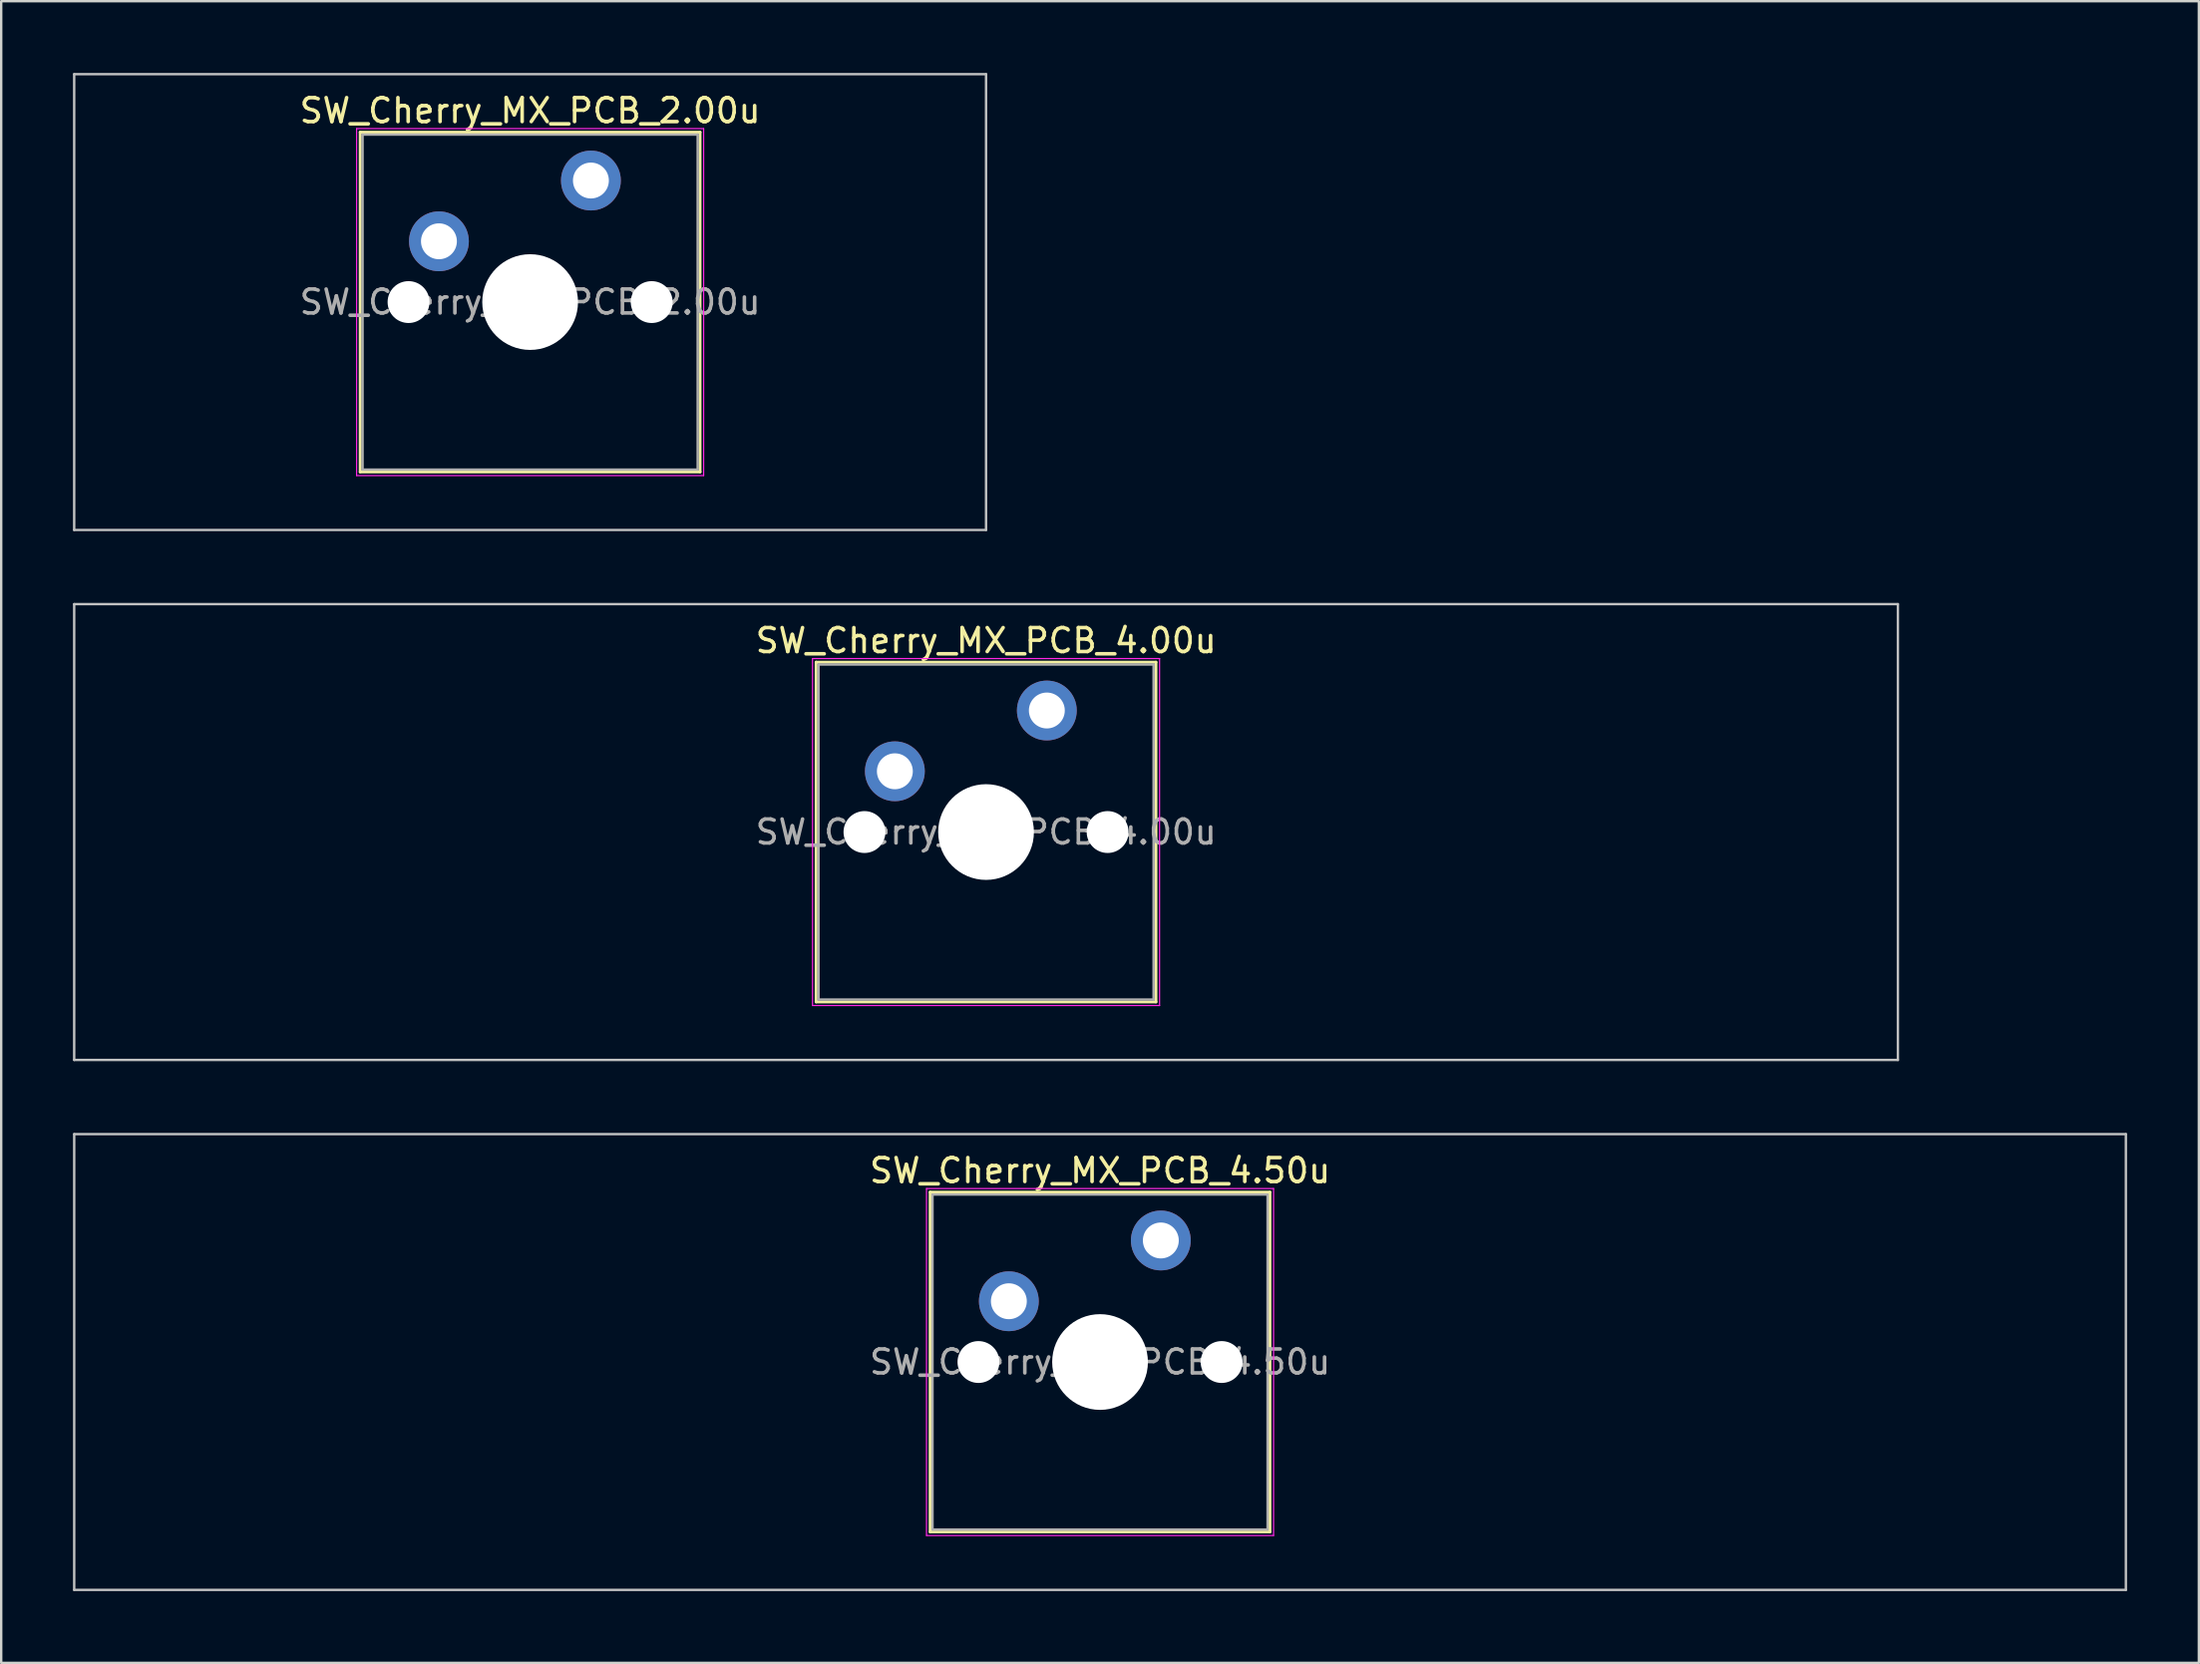
<source format=kicad_pcb>
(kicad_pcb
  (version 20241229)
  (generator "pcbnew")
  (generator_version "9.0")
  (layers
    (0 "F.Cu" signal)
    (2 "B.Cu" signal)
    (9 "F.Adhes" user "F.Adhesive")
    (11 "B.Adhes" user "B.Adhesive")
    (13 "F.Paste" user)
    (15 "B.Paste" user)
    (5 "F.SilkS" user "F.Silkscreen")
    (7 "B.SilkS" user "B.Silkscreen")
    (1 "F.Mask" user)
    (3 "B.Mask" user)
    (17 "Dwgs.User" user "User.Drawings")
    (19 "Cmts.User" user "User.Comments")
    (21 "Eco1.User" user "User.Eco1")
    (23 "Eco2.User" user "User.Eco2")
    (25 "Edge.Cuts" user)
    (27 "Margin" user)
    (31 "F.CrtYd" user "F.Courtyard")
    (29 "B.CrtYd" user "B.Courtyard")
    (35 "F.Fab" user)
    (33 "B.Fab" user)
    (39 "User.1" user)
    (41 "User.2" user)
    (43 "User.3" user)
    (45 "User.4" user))
  (footprint "SW_Cherry_MX_PCB_2.00u"
    (layer "F.Cu")
    (at 19.1 9.575)
    (property "Reference" "SW_Cherry_MX_PCB_2.00u" (at 0 -8 0) (layer "F.SilkS") (effects (font (size 1 1) (thickness 0.15))))
    (attr through_hole)
    (fp_line (start -7.1 -7.1) (end -7.1 7.1) (stroke (width 0.12) (type solid)) (layer "F.SilkS"))
    (fp_line (start -7.1 7.1) (end 7.1 7.1) (stroke (width 0.12) (type solid)) (layer "F.SilkS"))
    (fp_line (start 7.1 -7.1) (end -7.1 -7.1) (stroke (width 0.12) (type solid)) (layer "F.SilkS"))
    (fp_line (start 7.1 7.1) (end 7.1 -7.1) (stroke (width 0.12) (type solid)) (layer "F.SilkS"))
    (fp_line (start -19.05 -9.525) (end -19.05 9.525) (stroke (width 0.1) (type solid)) (layer "Dwgs.User"))
    (fp_line (start -19.05 9.525) (end 19.05 9.525) (stroke (width 0.1) (type solid)) (layer "Dwgs.User"))
    (fp_line (start 19.05 -9.525) (end -19.05 -9.525) (stroke (width 0.1) (type solid)) (layer "Dwgs.User"))
    (fp_line (start 19.05 9.525) (end 19.05 -9.525) (stroke (width 0.1) (type solid)) (layer "Dwgs.User"))
    (fp_line (start -7 -7) (end -7 7) (stroke (width 0.1) (type solid)) (layer "Eco1.User"))
    (fp_line (start -7 7) (end 7 7) (stroke (width 0.1) (type solid)) (layer "Eco1.User"))
    (fp_line (start 7 -7) (end -7 -7) (stroke (width 0.1) (type solid)) (layer "Eco1.User"))
    (fp_line (start 7 7) (end 7 -7) (stroke (width 0.1) (type solid)) (layer "Eco1.User"))
    (fp_line (start -7.25 -7.25) (end -7.25 7.25) (stroke (width 0.05) (type solid)) (layer "F.CrtYd"))
    (fp_line (start -7.25 7.25) (end 7.25 7.25) (stroke (width 0.05) (type solid)) (layer "F.CrtYd"))
    (fp_line (start 7.25 -7.25) (end -7.25 -7.25) (stroke (width 0.05) (type solid)) (layer "F.CrtYd"))
    (fp_line (start 7.25 7.25) (end 7.25 -7.25) (stroke (width 0.05) (type solid)) (layer "F.CrtYd"))
    (fp_line (start -7 -7) (end -7 7) (stroke (width 0.1) (type solid)) (layer "F.Fab"))
    (fp_line (start -7 7) (end 7 7) (stroke (width 0.1) (type solid)) (layer "F.Fab"))
    (fp_line (start 7 -7) (end -7 -7) (stroke (width 0.1) (type solid)) (layer "F.Fab"))
    (fp_line (start 7 7) (end 7 -7) (stroke (width 0.1) (type solid)) (layer "F.Fab"))
    (fp_text user "${REFERENCE}" (at 0 0 0) (layer "F.Fab") (effects (font (size 1 1) (thickness 0.15))))
    (pad "" np_thru_hole circle (at -5.08 0) (size 1.75 1.75) (drill 1.75) (layers "*.Cu" "*.Mask"))
    (pad "" np_thru_hole circle (at 0 0) (size 4 4) (drill 4) (layers "*.Cu" "*.Mask"))
    (pad "" np_thru_hole circle (at 5.08 0) (size 1.75 1.75) (drill 1.75) (layers "*.Cu" "*.Mask"))
    (pad "1" thru_hole circle (at -3.81 -2.54) (size 2.5 2.5) (drill 1.5) (layers "*.Cu" "*.Mask"))
    (pad "2" thru_hole circle (at 2.54 -5.08) (size 2.5 2.5) (drill 1.5) (layers "*.Cu" "*.Mask")))
  (footprint "SW_Cherry_MX_PCB_4.50u"
    (layer "F.Cu")
    (at 42.913 53.875)
    (property "Reference" "SW_Cherry_MX_PCB_4.50u" (at 0 -8 0) (layer "F.SilkS") (effects (font (size 1 1) (thickness 0.15))))
    (attr through_hole)
    (fp_line (start -7.1 -7.1) (end -7.1 7.1) (stroke (width 0.12) (type solid)) (layer "F.SilkS"))
    (fp_line (start -7.1 7.1) (end 7.1 7.1) (stroke (width 0.12) (type solid)) (layer "F.SilkS"))
    (fp_line (start 7.1 -7.1) (end -7.1 -7.1) (stroke (width 0.12) (type solid)) (layer "F.SilkS"))
    (fp_line (start 7.1 7.1) (end 7.1 -7.1) (stroke (width 0.12) (type solid)) (layer "F.SilkS"))
    (fp_line (start -42.862 -9.525) (end -42.862 9.525) (stroke (width 0.1) (type solid)) (layer "Dwgs.User"))
    (fp_line (start -42.862 9.525) (end 42.862 9.525) (stroke (width 0.1) (type solid)) (layer "Dwgs.User"))
    (fp_line (start 42.862 -9.525) (end -42.862 -9.525) (stroke (width 0.1) (type solid)) (layer "Dwgs.User"))
    (fp_line (start 42.862 9.525) (end 42.862 -9.525) (stroke (width 0.1) (type solid)) (layer "Dwgs.User"))
    (fp_line (start -7 -7) (end -7 7) (stroke (width 0.1) (type solid)) (layer "Eco1.User"))
    (fp_line (start -7 7) (end 7 7) (stroke (width 0.1) (type solid)) (layer "Eco1.User"))
    (fp_line (start 7 -7) (end -7 -7) (stroke (width 0.1) (type solid)) (layer "Eco1.User"))
    (fp_line (start 7 7) (end 7 -7) (stroke (width 0.1) (type solid)) (layer "Eco1.User"))
    (fp_line (start -7.25 -7.25) (end -7.25 7.25) (stroke (width 0.05) (type solid)) (layer "F.CrtYd"))
    (fp_line (start -7.25 7.25) (end 7.25 7.25) (stroke (width 0.05) (type solid)) (layer "F.CrtYd"))
    (fp_line (start 7.25 -7.25) (end -7.25 -7.25) (stroke (width 0.05) (type solid)) (layer "F.CrtYd"))
    (fp_line (start 7.25 7.25) (end 7.25 -7.25) (stroke (width 0.05) (type solid)) (layer "F.CrtYd"))
    (fp_line (start -7 -7) (end -7 7) (stroke (width 0.1) (type solid)) (layer "F.Fab"))
    (fp_line (start -7 7) (end 7 7) (stroke (width 0.1) (type solid)) (layer "F.Fab"))
    (fp_line (start 7 -7) (end -7 -7) (stroke (width 0.1) (type solid)) (layer "F.Fab"))
    (fp_line (start 7 7) (end 7 -7) (stroke (width 0.1) (type solid)) (layer "F.Fab"))
    (fp_text user "${REFERENCE}" (at 0 0 0) (layer "F.Fab") (effects (font (size 1 1) (thickness 0.15))))
    (pad "" np_thru_hole circle (at -5.08 0) (size 1.75 1.75) (drill 1.75) (layers "*.Cu" "*.Mask"))
    (pad "" smd circle (at -3.81 -2.54) (size 1.55 1.55) (layers "F.Mask"))
    (pad "" np_thru_hole circle (at 0 0) (size 4 4) (drill 4) (layers "*.Cu" "*.Mask"))
    (pad "" smd circle (at 2.54 -5.08) (size 1.55 1.55) (layers "F.Mask"))
    (pad "" np_thru_hole circle (at 5.08 0) (size 1.75 1.75) (drill 1.75) (layers "*.Cu" "*.Mask"))
    (pad "1" thru_hole circle (at -3.81 -2.54) (size 2.5 2.5) (drill 1.5) (layers "*.Cu" "B.Mask"))
    (pad "2" thru_hole circle (at 2.54 -5.08) (size 2.5 2.5) (drill 1.5) (layers "*.Cu" "B.Mask")))
  (footprint "SW_Cherry_MX_PCB_4.00u"
    (layer "F.Cu")
    (at 38.15 31.725)
    (property "Reference" "SW_Cherry_MX_PCB_4.00u" (at 0 -8 0) (layer "F.SilkS") (effects (font (size 1 1) (thickness 0.15))))
    (attr through_hole)
    (fp_line (start -7.1 -7.1) (end -7.1 7.1) (stroke (width 0.12) (type solid)) (layer "F.SilkS"))
    (fp_line (start -7.1 7.1) (end 7.1 7.1) (stroke (width 0.12) (type solid)) (layer "F.SilkS"))
    (fp_line (start 7.1 -7.1) (end -7.1 -7.1) (stroke (width 0.12) (type solid)) (layer "F.SilkS"))
    (fp_line (start 7.1 7.1) (end 7.1 -7.1) (stroke (width 0.12) (type solid)) (layer "F.SilkS"))
    (fp_line (start -38.1 -9.525) (end -38.1 9.525) (stroke (width 0.1) (type solid)) (layer "Dwgs.User"))
    (fp_line (start -38.1 9.525) (end 38.1 9.525) (stroke (width 0.1) (type solid)) (layer "Dwgs.User"))
    (fp_line (start 38.1 -9.525) (end -38.1 -9.525) (stroke (width 0.1) (type solid)) (layer "Dwgs.User"))
    (fp_line (start 38.1 9.525) (end 38.1 -9.525) (stroke (width 0.1) (type solid)) (layer "Dwgs.User"))
    (fp_line (start -7 -7) (end -7 7) (stroke (width 0.1) (type solid)) (layer "Eco1.User"))
    (fp_line (start -7 7) (end 7 7) (stroke (width 0.1) (type solid)) (layer "Eco1.User"))
    (fp_line (start 7 -7) (end -7 -7) (stroke (width 0.1) (type solid)) (layer "Eco1.User"))
    (fp_line (start 7 7) (end 7 -7) (stroke (width 0.1) (type solid)) (layer "Eco1.User"))
    (fp_line (start -7.25 -7.25) (end -7.25 7.25) (stroke (width 0.05) (type solid)) (layer "F.CrtYd"))
    (fp_line (start -7.25 7.25) (end 7.25 7.25) (stroke (width 0.05) (type solid)) (layer "F.CrtYd"))
    (fp_line (start 7.25 -7.25) (end -7.25 -7.25) (stroke (width 0.05) (type solid)) (layer "F.CrtYd"))
    (fp_line (start 7.25 7.25) (end 7.25 -7.25) (stroke (width 0.05) (type solid)) (layer "F.CrtYd"))
    (fp_line (start -7 -7) (end -7 7) (stroke (width 0.1) (type solid)) (layer "F.Fab"))
    (fp_line (start -7 7) (end 7 7) (stroke (width 0.1) (type solid)) (layer "F.Fab"))
    (fp_line (start 7 -7) (end -7 -7) (stroke (width 0.1) (type solid)) (layer "F.Fab"))
    (fp_line (start 7 7) (end 7 -7) (stroke (width 0.1) (type solid)) (layer "F.Fab"))
    (fp_text user "${REFERENCE}" (at 0 0 0) (layer "F.Fab") (effects (font (size 1 1) (thickness 0.15))))
    (pad "" np_thru_hole circle (at -5.08 0) (size 1.75 1.75) (drill 1.75) (layers "*.Cu" "*.Mask"))
    (pad "" smd circle (at -3.81 -2.54) (size 1.55 1.55) (layers "F.Mask"))
    (pad "" np_thru_hole circle (at 0 0) (size 4 4) (drill 4) (layers "*.Cu" "*.Mask"))
    (pad "" smd circle (at 2.54 -5.08) (size 1.55 1.55) (layers "F.Mask"))
    (pad "" np_thru_hole circle (at 5.08 0) (size 1.75 1.75) (drill 1.75) (layers "*.Cu" "*.Mask"))
    (pad "1" thru_hole circle (at -3.81 -2.54) (size 2.5 2.5) (drill 1.5) (layers "*.Cu" "B.Mask"))
    (pad "2" thru_hole circle (at 2.54 -5.08) (size 2.5 2.5) (drill 1.5) (layers "*.Cu" "B.Mask")))
  (gr_rect
    (start -3 -3)
    (end 88.825 66.45)
    (stroke (width 0.1) (type default))
    (fill no)
    (layer "Edge.Cuts")))
</source>
